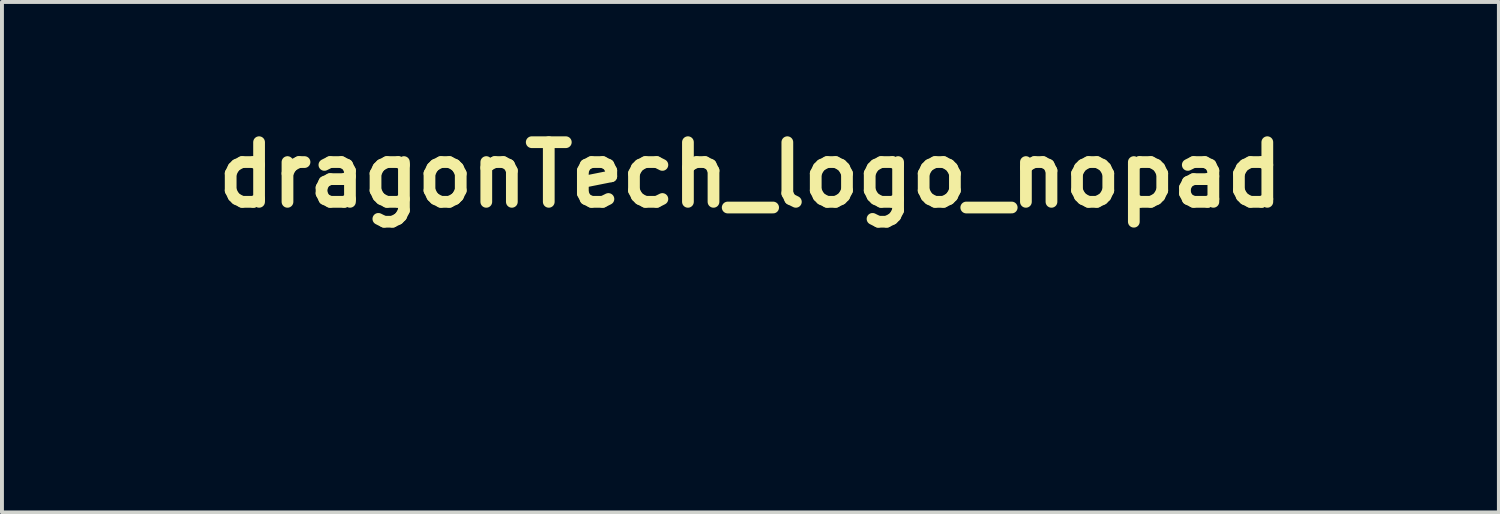
<source format=kicad_pcb>
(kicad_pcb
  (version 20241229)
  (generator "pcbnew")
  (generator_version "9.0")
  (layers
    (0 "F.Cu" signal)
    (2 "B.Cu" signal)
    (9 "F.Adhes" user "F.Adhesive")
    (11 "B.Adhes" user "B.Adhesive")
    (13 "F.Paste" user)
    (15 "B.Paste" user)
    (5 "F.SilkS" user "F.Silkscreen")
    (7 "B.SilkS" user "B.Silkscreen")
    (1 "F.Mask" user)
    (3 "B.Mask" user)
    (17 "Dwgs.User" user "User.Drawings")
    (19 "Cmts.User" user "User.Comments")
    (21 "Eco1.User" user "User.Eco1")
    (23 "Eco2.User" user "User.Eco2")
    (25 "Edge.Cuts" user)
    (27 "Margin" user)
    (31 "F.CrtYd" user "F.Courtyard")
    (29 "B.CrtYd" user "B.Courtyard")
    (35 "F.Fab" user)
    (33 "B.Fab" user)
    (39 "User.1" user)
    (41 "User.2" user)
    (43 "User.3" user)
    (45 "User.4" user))
  (footprint "dragonTech_logo_nopad"
    (layer "F.Cu")
    (at 16.125 4.918)
    (property "Reference" "dragonTech_logo_nopad" (at 0 -3.5 0) (layer "F.SilkS") (effects (font (size 1.524 1.524) (thickness 0.3))))
    (attr through_hole)
    (pad "" smd circle (at -16 -2) (size 0.25 0.25) (layers "F.Mask"))
    (pad "" smd circle (at -16 -1.5) (size 0.25 0.25) (layers "F.Mask"))
    (pad "" smd circle (at -16 -1) (size 0.25 0.25) (layers "F.Mask"))
    (pad "" smd circle (at -16 -0.5) (size 0.25 0.25) (layers "F.Mask"))
    (pad "" smd circle (at -16 0) (size 0.25 0.25) (layers "F.Mask"))
    (pad "" smd circle (at -16 0.5) (size 0.25 0.25) (layers "F.Mask"))
    (pad "" smd circle (at -16 1) (size 0.25 0.25) (layers "F.Mask"))
    (pad "" smd circle (at -16 1.5) (size 0.25 0.25) (layers "F.Mask"))
    (pad "" smd circle (at -15.5 -2) (size 0.25 0.25) (layers "F.Mask"))
    (pad "" smd circle (at -15.5 -1.5) (size 0.25 0.25) (layers "F.Mask"))
    (pad "" smd circle (at -15.5 -1) (size 0.25 0.25) (layers "F.Mask"))
    (pad "" smd circle (at -15.5 -0.5) (size 0.25 0.25) (layers "F.Mask"))
    (pad "" smd circle (at -15.5 0) (size 0.25 0.25) (layers "F.Mask"))
    (pad "" smd circle (at -15.5 0.5) (size 0.25 0.25) (layers "F.Mask"))
    (pad "" smd circle (at -15.5 1) (size 0.25 0.25) (layers "F.Mask"))
    (pad "" smd circle (at -15.5 1.5) (size 0.25 0.25) (layers "F.Mask"))
    (pad "" smd circle (at -15 -2) (size 0.25 0.25) (layers "F.Mask"))
    (pad "" smd circle (at -15 1.5) (size 0.25 0.25) (layers "F.Mask"))
    (pad "" smd circle (at -14.5 -1.5) (size 0.25 0.25) (layers "F.Mask"))
    (pad "" smd circle (at -14.5 -1) (size 0.25 0.25) (layers "F.Mask"))
    (pad "" smd circle (at -14.5 -0.5) (size 0.25 0.25) (layers "F.Mask"))
    (pad "" smd circle (at -14.5 0) (size 0.25 0.25) (layers "F.Mask"))
    (pad "" smd circle (at -14.5 0.5) (size 0.25 0.25) (layers "F.Mask"))
    (pad "" smd circle (at -14.5 1) (size 0.25 0.25) (layers "F.Mask"))
    (pad "" smd circle (at -13 -1.5) (size 0.25 0.25) (layers "F.Mask"))
    (pad "" smd circle (at -13 -1) (size 0.25 0.25) (layers "F.Mask"))
    (pad "" smd circle (at -13 -0.5) (size 0.25 0.25) (layers "F.Mask"))
    (pad "" smd circle (at -13 0) (size 0.25 0.25) (layers "F.Mask"))
    (pad "" smd circle (at -13 0.5) (size 0.25 0.25) (layers "F.Mask"))
    (pad "" smd circle (at -13 1) (size 0.25 0.25) (layers "F.Mask"))
    (pad "" smd circle (at -13 1.5) (size 0.25 0.25) (layers "F.Mask"))
    (pad "" smd circle (at -12.5 -1) (size 0.25 0.25) (layers "F.Mask"))
    (pad "" smd circle (at -12 -1) (size 0.25 0.25) (layers "F.Mask"))
    (pad "" smd circle (at -11 -1) (size 0.25 0.25) (layers "F.Mask"))
    (pad "" smd circle (at -11 0.5) (size 0.25 0.25) (layers "F.Mask"))
    (pad "" smd circle (at -11 1) (size 0.25 0.25) (layers "F.Mask"))
    (pad "" smd circle (at -11 1.5) (size 0.25 0.25) (layers "F.Mask"))
    (pad "" smd circle (at -10.5 -1.5) (size 0.25 0.25) (layers "F.Mask"))
    (pad "" smd circle (at -10.5 0.5) (size 0.25 0.25) (layers "F.Mask"))
    (pad "" smd circle (at -10.5 1.5) (size 0.25 0.25) (layers "F.Mask"))
    (pad "" smd circle (at -10 -1.5) (size 0.25 0.25) (layers "F.Mask"))
    (pad "" smd circle (at -10 -1) (size 0.25 0.25) (layers "F.Mask"))
    (pad "" smd circle (at -10 -0.5) (size 0.25 0.25) (layers "F.Mask"))
    (pad "" smd circle (at -10 0) (size 0.25 0.25) (layers "F.Mask"))
    (pad "" smd circle (at -10 0.5) (size 0.25 0.25) (layers "F.Mask"))
    (pad "" smd circle (at -10 1) (size 0.25 0.25) (layers "F.Mask"))
    (pad "" smd circle (at -10 1.5) (size 0.25 0.25) (layers "F.Mask"))
    (pad "" smd circle (at -8.5 -1) (size 0.25 0.25) (layers "F.Mask"))
    (pad "" smd circle (at -8.5 -0.5) (size 0.25 0.25) (layers "F.Mask"))
    (pad "" smd circle (at -8.5 0) (size 0.25 0.25) (layers "F.Mask"))
    (pad "" smd circle (at -8.5 0.5) (size 0.25 0.25) (layers "F.Mask"))
    (pad "" smd circle (at -8.5 1) (size 0.25 0.25) (layers "F.Mask"))
    (pad "" smd circle (at -8 -1.5) (size 0.25 0.25) (layers "F.Mask"))
    (pad "" smd circle (at -8 1) (size 0.25 0.25) (layers "F.Mask"))
    (pad "" smd circle (at -8 2) (size 0.25 0.25) (layers "F.Mask"))
    (pad "" smd circle (at -7.5 -1.5) (size 0.25 0.25) (layers "F.Mask"))
    (pad "" smd circle (at -7.5 1) (size 0.25 0.25) (layers "F.Mask"))
    (pad "" smd circle (at -7.5 2) (size 0.25 0.25) (layers "F.Mask"))
    (pad "" smd circle (at -7 -1.5) (size 0.25 0.25) (layers "F.Mask"))
    (pad "" smd circle (at -7 -1) (size 0.25 0.25) (layers "F.Mask"))
    (pad "" smd circle (at -7 -0.5) (size 0.25 0.25) (layers "F.Mask"))
    (pad "" smd circle (at -7 0) (size 0.25 0.25) (layers "F.Mask"))
    (pad "" smd circle (at -7 0.5) (size 0.25 0.25) (layers "F.Mask"))
    (pad "" smd circle (at -7 1) (size 0.25 0.25) (layers "F.Mask"))
    (pad "" smd circle (at -7 1.5) (size 0.25 0.25) (layers "F.Mask"))
    (pad "" smd circle (at -6 -1) (size 0.25 0.25) (layers "F.Mask"))
    (pad "" smd circle (at -6 -0.5) (size 0.25 0.25) (layers "F.Mask"))
    (pad "" smd circle (at -6 0) (size 0.25 0.25) (layers "F.Mask"))
    (pad "" smd circle (at -6 0.5) (size 0.25 0.25) (layers "F.Mask"))
    (pad "" smd circle (at -6 1) (size 0.25 0.25) (layers "F.Mask"))
    (pad "" smd circle (at -5.5 -1.5) (size 0.25 0.25) (layers "F.Mask"))
    (pad "" smd circle (at -5.5 -1) (size 0.25 0.25) (layers "F.Mask"))
    (pad "" smd circle (at -5.5 -0.5) (size 0.25 0.25) (layers "F.Mask"))
    (pad "" smd circle (at -5.5 0) (size 0.25 0.25) (layers "F.Mask"))
    (pad "" smd circle (at -5.5 0.5) (size 0.25 0.25) (layers "F.Mask"))
    (pad "" smd circle (at -5.5 1) (size 0.25 0.25) (layers "F.Mask"))
    (pad "" smd circle (at -5.5 1.5) (size 0.25 0.25) (layers "F.Mask"))
    (pad "" smd circle (at -5 -1.5) (size 0.25 0.25) (layers "F.Mask"))
    (pad "" smd circle (at -5 1.5) (size 0.25 0.25) (layers "F.Mask"))
    (pad "" smd circle (at -4.5 -1) (size 0.25 0.25) (layers "F.Mask"))
    (pad "" smd circle (at -4.5 -0.5) (size 0.25 0.25) (layers "F.Mask"))
    (pad "" smd circle (at -4.5 0) (size 0.25 0.25) (layers "F.Mask"))
    (pad "" smd circle (at -4.5 0.5) (size 0.25 0.25) (layers "F.Mask"))
    (pad "" smd circle (at -4.5 1) (size 0.25 0.25) (layers "F.Mask"))
    (pad "" smd circle (at -3 -1.5) (size 0.25 0.25) (layers "F.Mask"))
    (pad "" smd circle (at -3 -1) (size 0.25 0.25) (layers "F.Mask"))
    (pad "" smd circle (at -3 -0.5) (size 0.25 0.25) (layers "F.Mask"))
    (pad "" smd circle (at -3 0) (size 0.25 0.25) (layers "F.Mask"))
    (pad "" smd circle (at -3 0.5) (size 0.25 0.25) (layers "F.Mask"))
    (pad "" smd circle (at -3 1) (size 0.25 0.25) (layers "F.Mask"))
    (pad "" smd circle (at -3 1.5) (size 0.25 0.25) (layers "F.Mask"))
    (pad "" smd circle (at -2.5 -1) (size 0.25 0.25) (layers "F.Mask"))
    (pad "" smd circle (at -2 -1) (size 0.25 0.25) (layers "F.Mask"))
    (pad "" smd circle (at -1.5 -0.5) (size 0.25 0.25) (layers "F.Mask"))
    (pad "" smd circle (at -1.5 0) (size 0.25 0.25) (layers "F.Mask"))
    (pad "" smd circle (at -1.5 0.5) (size 0.25 0.25) (layers "F.Mask"))
    (pad "" smd circle (at -1.5 1) (size 0.25 0.25) (layers "F.Mask"))
    (pad "" smd circle (at -1.5 1.5) (size 0.25 0.25) (layers "F.Mask"))
    (pad "" smd circle (at -0.5 -2) (size 0.25 0.25) (layers "F.Mask"))
    (pad "" smd circle (at 0 -2) (size 0.25 0.25) (layers "F.Mask"))
    (pad "" smd circle (at 0 -1.5) (size 0.25 0.25) (layers "F.Mask"))
    (pad "" smd circle (at 0 -1) (size 0.25 0.25) (layers "F.Mask"))
    (pad "" smd circle (at 0 -0.5) (size 0.25 0.25) (layers "F.Mask"))
    (pad "" smd circle (at 0 0) (size 0.25 0.25) (layers "F.Mask"))
    (pad "" smd circle (at 0 0.5) (size 0.25 0.25) (layers "F.Mask"))
    (pad "" smd circle (at 0 1) (size 0.25 0.25) (layers "F.Mask"))
    (pad "" smd circle (at 0 1.5) (size 0.25 0.25) (layers "F.Mask"))
    (pad "" smd circle (at 0.5 -2) (size 0.25 0.25) (layers "F.Mask"))
    (pad "" smd circle (at 0.5 -1.5) (size 0.25 0.25) (layers "F.Mask"))
    (pad "" smd circle (at 0.5 -1) (size 0.25 0.25) (layers "F.Mask"))
    (pad "" smd circle (at 0.5 -0.5) (size 0.25 0.25) (layers "F.Mask"))
    (pad "" smd circle (at 0.5 0) (size 0.25 0.25) (layers "F.Mask"))
    (pad "" smd circle (at 0.5 0.5) (size 0.25 0.25) (layers "F.Mask"))
    (pad "" smd circle (at 0.5 1) (size 0.25 0.25) (layers "F.Mask"))
    (pad "" smd circle (at 0.5 1.5) (size 0.25 0.25) (layers "F.Mask"))
    (pad "" smd circle (at 1 -2) (size 0.25 0.25) (layers "F.Mask"))
    (pad "" smd circle (at 1.5 -1) (size 0.25 0.25) (layers "F.Mask"))
    (pad "" smd circle (at 1.5 -0.5) (size 0.25 0.25) (layers "F.Mask"))
    (pad "" smd circle (at 1.5 0) (size 0.25 0.25) (layers "F.Mask"))
    (pad "" smd circle (at 1.5 0.5) (size 0.25 0.25) (layers "F.Mask"))
    (pad "" smd circle (at 2 -1.5) (size 0.25 0.25) (layers "F.Mask"))
    (pad "" smd circle (at 2 -1) (size 0.25 0.25) (layers "F.Mask"))
    (pad "" smd circle (at 2 -0.5) (size 0.25 0.25) (layers "F.Mask"))
    (pad "" smd circle (at 2 0) (size 0.25 0.25) (layers "F.Mask"))
    (pad "" smd circle (at 2 0.5) (size 0.25 0.25) (layers "F.Mask"))
    (pad "" smd circle (at 2 1) (size 0.25 0.25) (layers "F.Mask"))
    (pad "" smd circle (at 2.5 -1.5) (size 0.25 0.25) (layers "F.Mask"))
    (pad "" smd circle (at 2.5 -0.5) (size 0.25 0.25) (layers "F.Mask"))
    (pad "" smd circle (at 2.5 1.5) (size 0.25 0.25) (layers "F.Mask"))
    (pad "" smd circle (at 3 -1) (size 0.25 0.25) (layers "F.Mask"))
    (pad "" smd circle (at 3 -0.5) (size 0.25 0.25) (layers "F.Mask"))
    (pad "" smd circle (at 3 0.5) (size 0.25 0.25) (layers "F.Mask"))
    (pad "" smd circle (at 3 1) (size 0.25 0.25) (layers "F.Mask"))
    (pad "" smd circle (at 4.5 -1) (size 0.25 0.25) (layers "F.Mask"))
    (pad "" smd circle (at 4.5 -0.5) (size 0.25 0.25) (layers "F.Mask"))
    (pad "" smd circle (at 4.5 0) (size 0.25 0.25) (layers "F.Mask"))
    (pad "" smd circle (at 4.5 0.5) (size 0.25 0.25) (layers "F.Mask"))
    (pad "" smd circle (at 4.5 1) (size 0.25 0.25) (layers "F.Mask"))
    (pad "" smd circle (at 5 -1.5) (size 0.25 0.25) (layers "F.Mask"))
    (pad "" smd circle (at 5 1.5) (size 0.25 0.25) (layers "F.Mask"))
    (pad "" smd circle (at 5.5 -1.5) (size 0.25 0.25) (layers "F.Mask"))
    (pad "" smd circle (at 5.5 1.5) (size 0.25 0.25) (layers "F.Mask"))
    (pad "" smd circle (at 6 -1) (size 0.25 0.25) (layers "F.Mask"))
    (pad "" smd circle (at 6 0.5) (size 0.25 0.25) (layers "F.Mask"))
    (pad "" smd circle (at 6 1) (size 0.25 0.25) (layers "F.Mask"))
    (pad "" smd circle (at 7 -2) (size 0.25 0.25) (layers "F.Mask"))
    (pad "" smd circle (at 7 -1.5) (size 0.25 0.25) (layers "F.Mask"))
    (pad "" smd circle (at 7 -1) (size 0.25 0.25) (layers "F.Mask"))
    (pad "" smd circle (at 7 -0.5) (size 0.25 0.25) (layers "F.Mask"))
    (pad "" smd circle (at 7 0) (size 0.25 0.25) (layers "F.Mask"))
    (pad "" smd circle (at 7 0.5) (size 0.25 0.25) (layers "F.Mask"))
    (pad "" smd circle (at 7 1) (size 0.25 0.25) (layers "F.Mask"))
    (pad "" smd circle (at 7 1.5) (size 0.25 0.25) (layers "F.Mask"))
    (pad "" smd circle (at 7.5 -1.5) (size 0.25 0.25) (layers "F.Mask"))
    (pad "" smd circle (at 8 -1.5) (size 0.25 0.25) (layers "F.Mask"))
    (pad "" smd circle (at 8.5 -1.5) (size 0.25 0.25) (layers "F.Mask"))
    (pad "" smd circle (at 8.5 -1) (size 0.25 0.25) (layers "F.Mask"))
    (pad "" smd circle (at 8.5 -0.5) (size 0.25 0.25) (layers "F.Mask"))
    (pad "" smd circle (at 8.5 0) (size 0.25 0.25) (layers "F.Mask"))
    (pad "" smd circle (at 8.5 0.5) (size 0.25 0.25) (layers "F.Mask"))
    (pad "" smd circle (at 8.5 1) (size 0.25 0.25) (layers "F.Mask"))
    (pad "" smd circle (at 8.5 1.5) (size 0.25 0.25) (layers "F.Mask"))
    (pad "" smd circle (at 10.5 -2) (size 0.25 0.25) (layers "F.Mask"))
    (pad "" smd circle (at 10.5 -1.5) (size 0.25 0.25) (layers "F.Mask"))
    (pad "" smd circle (at 10.5 -1) (size 0.25 0.25) (layers "F.Mask"))
    (pad "" smd circle (at 10.5 -0.5) (size 0.25 0.25) (layers "F.Mask"))
    (pad "" smd circle (at 10.5 0) (size 0.25 0.25) (layers "F.Mask"))
    (pad "" smd circle (at 10.5 0.5) (size 0.25 0.25) (layers "F.Mask"))
    (pad "" smd circle (at 10.5 1) (size 0.25 0.25) (layers "F.Mask"))
    (pad "" smd circle (at 10.5 1.5) (size 0.25 0.25) (layers "F.Mask"))
    (pad "" smd circle (at 11 -2) (size 0.25 0.25) (layers "F.Mask"))
    (pad "" smd circle (at 11 -1.5) (size 0.25 0.25) (layers "F.Mask"))
    (pad "" smd circle (at 11 -1) (size 0.25 0.25) (layers "F.Mask"))
    (pad "" smd circle (at 11 -0.5) (size 0.25 0.25) (layers "F.Mask"))
    (pad "" smd circle (at 11 0) (size 0.25 0.25) (layers "F.Mask"))
    (pad "" smd circle (at 11 0.5) (size 0.25 0.25) (layers "F.Mask"))
    (pad "" smd circle (at 11 1) (size 0.25 0.25) (layers "F.Mask"))
    (pad "" smd circle (at 11 1.5) (size 0.25 0.25) (layers "F.Mask"))
    (pad "" smd circle (at 11.5 1.5) (size 0.25 0.25) (layers "F.Mask"))
    (pad "" smd circle (at 12.5 -2) (size 0.25 0.25) (layers "F.Mask"))
    (pad "" smd circle (at 12.5 -1.5) (size 0.25 0.25) (layers "F.Mask"))
    (pad "" smd circle (at 12.5 -1) (size 0.25 0.25) (layers "F.Mask"))
    (pad "" smd circle (at 12.5 -0.5) (size 0.25 0.25) (layers "F.Mask"))
    (pad "" smd circle (at 12.5 0) (size 0.25 0.25) (layers "F.Mask"))
    (pad "" smd circle (at 12.5 0.5) (size 0.25 0.25) (layers "F.Mask"))
    (pad "" smd circle (at 12.5 1) (size 0.25 0.25) (layers "F.Mask"))
    (pad "" smd circle (at 12.5 1.5) (size 0.25 0.25) (layers "F.Mask"))
    (pad "" smd circle (at 13 -2) (size 0.25 0.25) (layers "F.Mask"))
    (pad "" smd circle (at 13 -1.5) (size 0.25 0.25) (layers "F.Mask"))
    (pad "" smd circle (at 13 -1) (size 0.25 0.25) (layers "F.Mask"))
    (pad "" smd circle (at 13 -0.5) (size 0.25 0.25) (layers "F.Mask"))
    (pad "" smd circle (at 13 0) (size 0.25 0.25) (layers "F.Mask"))
    (pad "" smd circle (at 13 0.5) (size 0.25 0.25) (layers "F.Mask"))
    (pad "" smd circle (at 13 1) (size 0.25 0.25) (layers "F.Mask"))
    (pad "" smd circle (at 13 1.5) (size 0.25 0.25) (layers "F.Mask"))
    (pad "" smd circle (at 13.5 1.5) (size 0.25 0.25) (layers "F.Mask"))
    (pad "" smd circle (at 14.5 -1.5) (size 0.25 0.25) (layers "F.Mask"))
    (pad "" smd circle (at 14.5 -1) (size 0.25 0.25) (layers "F.Mask"))
    (pad "" smd circle (at 14.5 -0.5) (size 0.25 0.25) (layers "F.Mask"))
    (pad "" smd circle (at 14.5 0) (size 0.25 0.25) (layers "F.Mask"))
    (pad "" smd circle (at 14.5 0.5) (size 0.25 0.25) (layers "F.Mask"))
    (pad "" smd circle (at 14.5 1) (size 0.25 0.25) (layers "F.Mask"))
    (pad "" smd circle (at 15 -2) (size 0.25 0.25) (layers "F.Mask"))
    (pad "" smd circle (at 15 -1.5) (size 0.25 0.25) (layers "F.Mask"))
    (pad "" smd circle (at 15 -1) (size 0.25 0.25) (layers "F.Mask"))
    (pad "" smd circle (at 15 -0.5) (size 0.25 0.25) (layers "F.Mask"))
    (pad "" smd circle (at 15 0) (size 0.25 0.25) (layers "F.Mask"))
    (pad "" smd circle (at 15 0.5) (size 0.25 0.25) (layers "F.Mask"))
    (pad "" smd circle (at 15 1) (size 0.25 0.25) (layers "F.Mask"))
    (pad "" smd circle (at 15 1.5) (size 0.25 0.25) (layers "F.Mask"))
    (pad "" smd circle (at 15.5 -2) (size 0.25 0.25) (layers "F.Mask"))
    (pad "" smd circle (at 15.5 1.5) (size 0.25 0.25) (layers "F.Mask"))
    (pad "" smd circle (at 16 -1.5) (size 0.25 0.25) (layers "F.Mask"))
    (pad "" smd circle (at 16 -1) (size 0.25 0.25) (layers "F.Mask"))
    (pad "" smd circle (at 16 0.5) (size 0.25 0.25) (layers "F.Mask"))
    (pad "" smd circle (at 16 1) (size 0.25 0.25) (layers "F.Mask")))
  (gr_rect
    (start -3 -3)
    (end 35.25 10.043)
    (stroke (width 0.1) (type default))
    (fill no)
    (layer "Edge.Cuts")))
</source>
